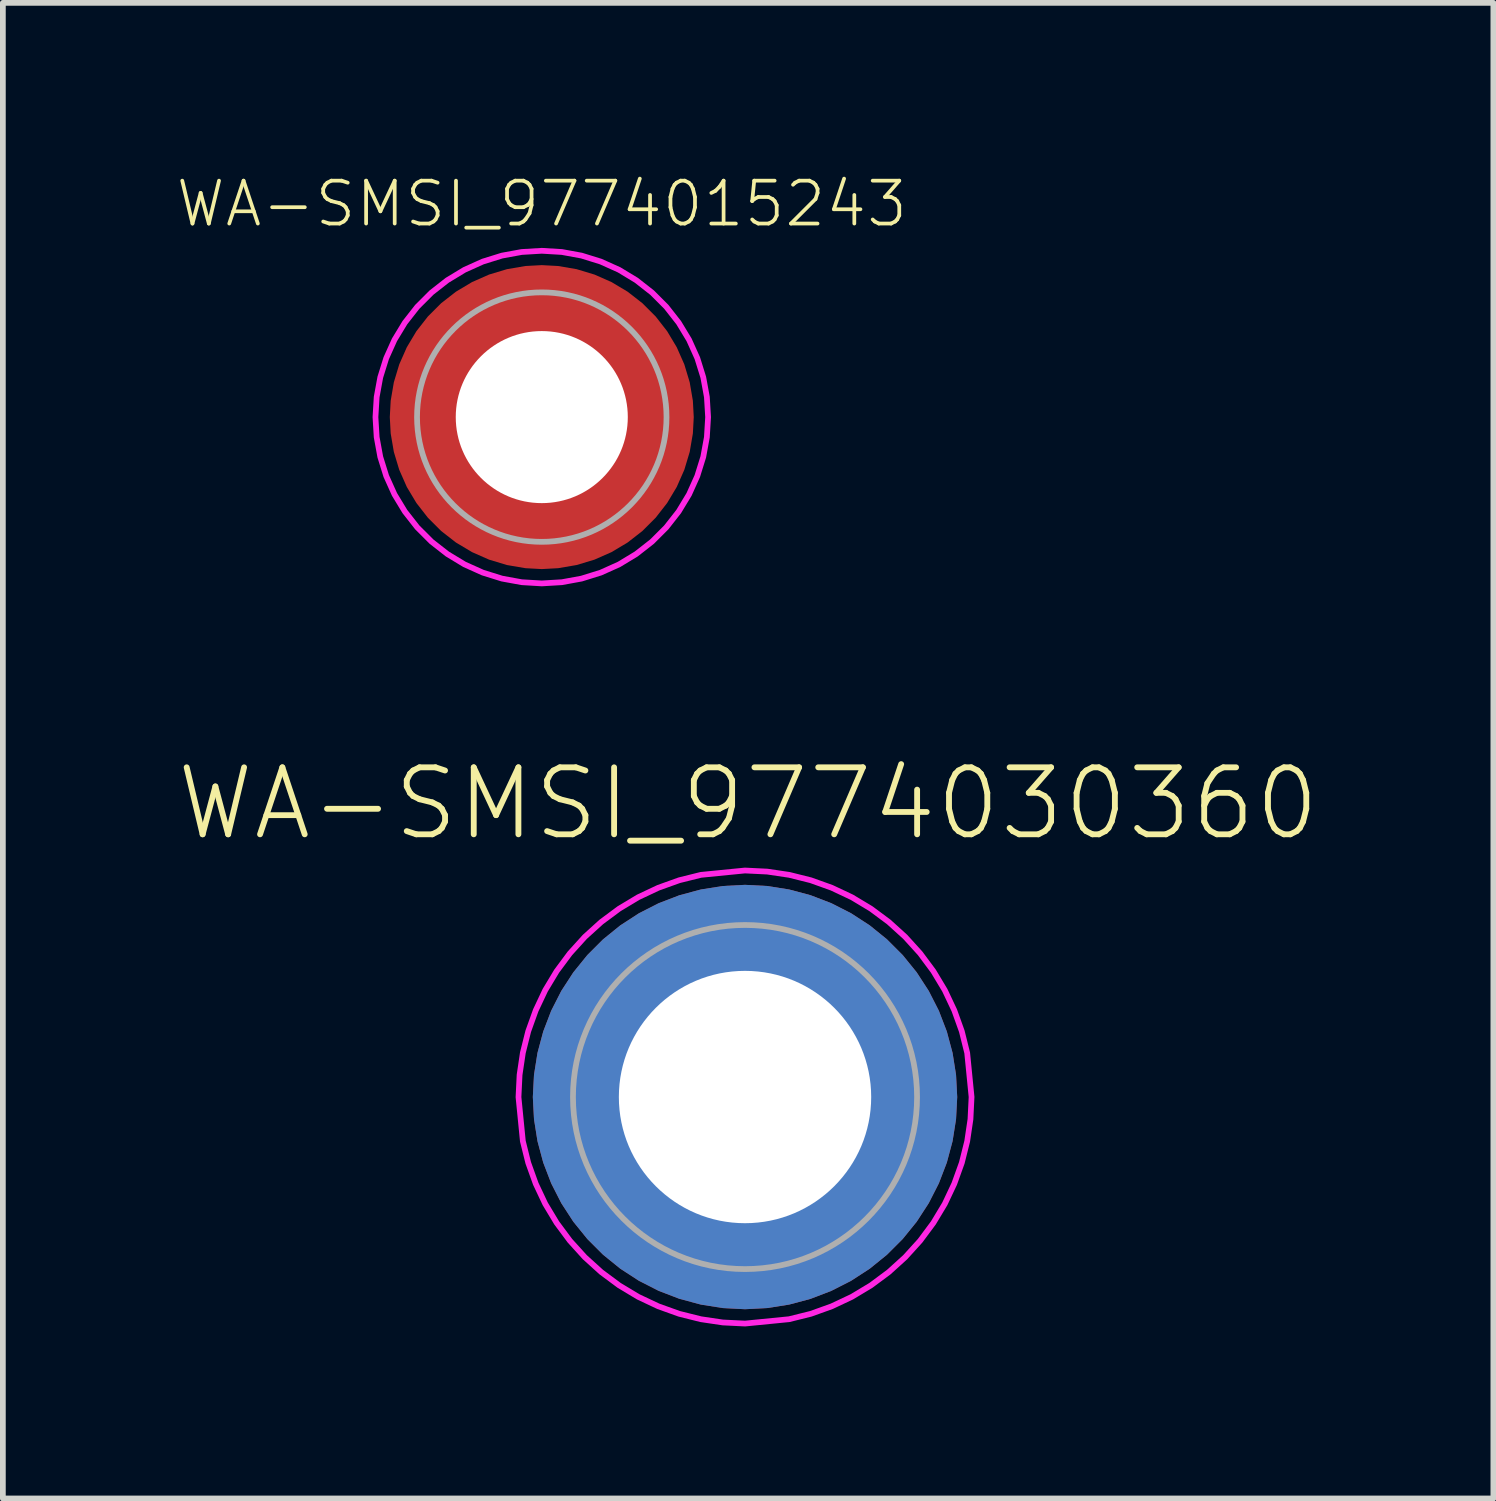
<source format=kicad_pcb>
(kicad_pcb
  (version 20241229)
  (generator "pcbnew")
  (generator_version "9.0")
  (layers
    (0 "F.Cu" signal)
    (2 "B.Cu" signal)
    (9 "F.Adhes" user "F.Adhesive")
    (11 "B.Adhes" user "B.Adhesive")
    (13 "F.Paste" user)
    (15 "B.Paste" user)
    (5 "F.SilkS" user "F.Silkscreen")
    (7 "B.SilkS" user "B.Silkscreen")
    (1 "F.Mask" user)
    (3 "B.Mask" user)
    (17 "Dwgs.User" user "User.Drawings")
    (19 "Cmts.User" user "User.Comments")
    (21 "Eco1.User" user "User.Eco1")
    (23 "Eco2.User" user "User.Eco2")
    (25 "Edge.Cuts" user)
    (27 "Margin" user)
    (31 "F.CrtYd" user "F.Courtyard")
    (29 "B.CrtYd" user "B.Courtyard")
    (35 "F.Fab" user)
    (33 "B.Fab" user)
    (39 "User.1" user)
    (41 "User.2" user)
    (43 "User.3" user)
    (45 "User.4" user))
  (footprint "WA-SMSI_9774030360"
    (layer "F.Cu")
    (at 9.941 16.079)
    (property "Reference" "WA-SMSI_9774030360" (at 0.053 -4.433 0) (layer "F.SilkS") (effects (font (size 1.168 1.168) (thickness 0.102)) (justify bottom)))
    (attr through_hole)
    (fp_poly (pts (xy -2.185 0.474) (xy -2.16 0.579) (xy -2.125 0.698) (xy -2.095 0.778) (xy -2.065 0.858) (xy -2.02 0.958) (xy -1.971 1.058) (xy -1.916 1.152) (xy -1.856 1.247) (xy -1.811 1.312) (xy -1.746 1.397) (xy -1.691 1.462) (xy -1.601 1.561) (xy -1.517 1.641) (xy -1.462 1.691) (xy -1.402 1.741) (xy -1.317 1.806) (xy -1.232 1.866) (xy -1.127 1.931) (xy -1.048 1.976) (xy -0.948 2.025) (xy -0.808 2.085) (xy -0.693 2.125) (xy -0.579 2.16) (xy -0.474 2.185) (xy -0.395 2.201) (xy -0.395 3.621) (xy -0.431 3.615) (xy -0.506 3.605) (xy -0.606 3.59) (xy -0.716 3.57) (xy -0.831 3.545) (xy -0.931 3.52) (xy -1.041 3.49) (xy -1.137 3.46) (xy -1.207 3.435) (xy -1.302 3.4) (xy -1.367 3.375) (xy -1.462 3.335) (xy -1.552 3.295) (xy -1.652 3.244) (xy -1.772 3.179) (xy -1.888 3.114) (xy -1.988 3.049) (xy -2.078 2.989) (xy -2.168 2.924) (xy -2.233 2.874) (xy -2.298 2.824) (xy -2.368 2.764) (xy -2.443 2.699) (xy -2.518 2.629) (xy -2.604 2.544) (xy -2.649 2.498) (xy -2.694 2.448) (xy -2.764 2.368) (xy -2.824 2.298) (xy -2.879 2.228) (xy -2.939 2.148) (xy -2.999 2.063) (xy -3.089 1.928) (xy -3.184 1.767) (xy -3.274 1.592) (xy -3.345 1.442) (xy -3.405 1.292) (xy -3.46 1.137) (xy -3.51 0.971) (xy -3.555 0.796) (xy -3.58 0.666) (xy -3.605 0.521) (xy -3.621 0.395) (xy -2.201 0.395)) (stroke (width 0) (type default)) (fill yes) (layer "F.Paste"))
    (fp_poly (pts (xy -0.395 -2.201) (xy -0.474 -2.185) (xy -0.579 -2.16) (xy -0.698 -2.125) (xy -0.778 -2.095) (xy -0.858 -2.065) (xy -0.958 -2.02) (xy -1.058 -1.971) (xy -1.152 -1.916) (xy -1.247 -1.856) (xy -1.312 -1.811) (xy -1.397 -1.746) (xy -1.462 -1.691) (xy -1.561 -1.601) (xy -1.641 -1.517) (xy -1.691 -1.462) (xy -1.741 -1.402) (xy -1.806 -1.317) (xy -1.866 -1.232) (xy -1.931 -1.127) (xy -1.976 -1.048) (xy -2.025 -0.948) (xy -2.085 -0.808) (xy -2.125 -0.693) (xy -2.16 -0.579) (xy -2.185 -0.474) (xy -2.201 -0.395) (xy -3.621 -0.395) (xy -3.615 -0.431) (xy -3.605 -0.506) (xy -3.59 -0.606) (xy -3.57 -0.716) (xy -3.545 -0.831) (xy -3.52 -0.931) (xy -3.49 -1.041) (xy -3.46 -1.137) (xy -3.435 -1.207) (xy -3.4 -1.302) (xy -3.375 -1.367) (xy -3.335 -1.462) (xy -3.295 -1.552) (xy -3.244 -1.652) (xy -3.179 -1.772) (xy -3.114 -1.888) (xy -3.049 -1.988) (xy -2.989 -2.078) (xy -2.924 -2.168) (xy -2.874 -2.233) (xy -2.824 -2.298) (xy -2.764 -2.368) (xy -2.699 -2.443) (xy -2.629 -2.518) (xy -2.544 -2.604) (xy -2.498 -2.649) (xy -2.448 -2.694) (xy -2.368 -2.764) (xy -2.298 -2.824) (xy -2.228 -2.879) (xy -2.148 -2.939) (xy -2.063 -2.999) (xy -1.928 -3.089) (xy -1.767 -3.184) (xy -1.592 -3.274) (xy -1.442 -3.345) (xy -1.292 -3.405) (xy -1.137 -3.46) (xy -0.971 -3.51) (xy -0.796 -3.555) (xy -0.666 -3.58) (xy -0.521 -3.605) (xy -0.395 -3.621)) (stroke (width 0) (type default)) (fill yes) (layer "F.Paste"))
    (fp_poly (pts (xy 0.431 -3.615) (xy 0.506 -3.605) (xy 0.606 -3.59) (xy 0.716 -3.57) (xy 0.831 -3.545) (xy 0.931 -3.52) (xy 1.041 -3.49) (xy 1.137 -3.46) (xy 1.207 -3.435) (xy 1.302 -3.4) (xy 1.367 -3.375) (xy 1.462 -3.335) (xy 1.552 -3.295) (xy 1.652 -3.244) (xy 1.772 -3.179) (xy 1.888 -3.114) (xy 1.988 -3.049) (xy 2.078 -2.989) (xy 2.168 -2.924) (xy 2.233 -2.874) (xy 2.298 -2.824) (xy 2.368 -2.764) (xy 2.443 -2.699) (xy 2.518 -2.629) (xy 2.604 -2.544) (xy 2.649 -2.498) (xy 2.694 -2.448) (xy 2.764 -2.368) (xy 2.824 -2.298) (xy 2.879 -2.228) (xy 2.939 -2.148) (xy 2.999 -2.063) (xy 3.089 -1.928) (xy 3.184 -1.767) (xy 3.274 -1.592) (xy 3.345 -1.442) (xy 3.405 -1.292) (xy 3.46 -1.137) (xy 3.51 -0.971) (xy 3.555 -0.796) (xy 3.58 -0.666) (xy 3.605 -0.521) (xy 3.621 -0.395) (xy 2.201 -0.395) (xy 2.185 -0.474) (xy 2.16 -0.579) (xy 2.125 -0.698) (xy 2.095 -0.778) (xy 2.065 -0.858) (xy 2.02 -0.958) (xy 1.971 -1.058) (xy 1.916 -1.152) (xy 1.856 -1.247) (xy 1.811 -1.312) (xy 1.746 -1.397) (xy 1.691 -1.462) (xy 1.601 -1.561) (xy 1.517 -1.641) (xy 1.462 -1.691) (xy 1.402 -1.741) (xy 1.317 -1.806) (xy 1.232 -1.866) (xy 1.127 -1.931) (xy 1.048 -1.976) (xy 0.948 -2.025) (xy 0.808 -2.085) (xy 0.693 -2.125) (xy 0.579 -2.16) (xy 0.474 -2.185) (xy 0.395 -2.201) (xy 0.395 -3.621)) (stroke (width 0) (type default)) (fill yes) (layer "F.Paste"))
    (fp_poly (pts (xy 3.615 0.431) (xy 3.605 0.506) (xy 3.59 0.606) (xy 3.57 0.716) (xy 3.545 0.831) (xy 3.52 0.931) (xy 3.49 1.041) (xy 3.46 1.137) (xy 3.435 1.207) (xy 3.4 1.302) (xy 3.375 1.367) (xy 3.335 1.462) (xy 3.295 1.552) (xy 3.244 1.652) (xy 3.179 1.772) (xy 3.114 1.888) (xy 3.049 1.988) (xy 2.989 2.078) (xy 2.924 2.168) (xy 2.874 2.233) (xy 2.824 2.298) (xy 2.764 2.368) (xy 2.699 2.443) (xy 2.629 2.518) (xy 2.544 2.604) (xy 2.498 2.649) (xy 2.448 2.694) (xy 2.368 2.764) (xy 2.298 2.824) (xy 2.228 2.879) (xy 2.148 2.939) (xy 2.063 2.999) (xy 1.928 3.089) (xy 1.767 3.184) (xy 1.592 3.274) (xy 1.442 3.345) (xy 1.292 3.405) (xy 1.137 3.46) (xy 0.971 3.51) (xy 0.796 3.555) (xy 0.666 3.58) (xy 0.521 3.605) (xy 0.395 3.621) (xy 0.395 2.201) (xy 0.474 2.185) (xy 0.579 2.16) (xy 0.698 2.125) (xy 0.778 2.095) (xy 0.858 2.065) (xy 0.958 2.02) (xy 1.058 1.971) (xy 1.152 1.916) (xy 1.247 1.856) (xy 1.312 1.811) (xy 1.397 1.746) (xy 1.462 1.691) (xy 1.561 1.601) (xy 1.641 1.517) (xy 1.691 1.462) (xy 1.741 1.402) (xy 1.806 1.317) (xy 1.866 1.232) (xy 1.931 1.127) (xy 1.976 1.048) (xy 2.025 0.948) (xy 2.085 0.808) (xy 2.125 0.693) (xy 2.16 0.579) (xy 2.185 0.474) (xy 2.201 0.395) (xy 3.621 0.395)) (stroke (width 0) (type default)) (fill yes) (layer "F.Paste"))
    (fp_poly (pts (xy 0.387 -3.931) (xy 0.771 -3.874) (xy 1.147 -3.78) (xy 1.512 -3.649) (xy 1.862 -3.484) (xy 2.195 -3.284) (xy 2.506 -3.053) (xy 2.793 -2.793) (xy 3.053 -2.506) (xy 3.284 -2.195) (xy 3.484 -1.862) (xy 3.649 -1.512) (xy 3.78 -1.147) (xy 3.874 -0.769) (xy 3.95 -0.001) (xy 3.931 0.387) (xy 3.874 0.771) (xy 3.78 1.147) (xy 3.649 1.512) (xy 3.484 1.862) (xy 3.284 2.195) (xy 3.053 2.506) (xy 2.793 2.793) (xy 2.506 3.053) (xy 2.195 3.284) (xy 1.862 3.484) (xy 1.512 3.649) (xy 1.147 3.78) (xy 0.769 3.874) (xy 0.001 3.95) (xy -0.387 3.931) (xy -0.771 3.874) (xy -1.147 3.78) (xy -1.512 3.649) (xy -1.862 3.484) (xy -2.195 3.284) (xy -2.506 3.053) (xy -2.793 2.793) (xy -3.053 2.506) (xy -3.284 2.195) (xy -3.484 1.862) (xy -3.649 1.512) (xy -3.78 1.147) (xy -3.874 0.769) (xy -3.95 0.001) (xy -3.931 -0.387) (xy -3.874 -0.771) (xy -3.78 -1.147) (xy -3.649 -1.512) (xy -3.484 -1.862) (xy -3.284 -2.195) (xy -3.053 -2.506) (xy -2.793 -2.793) (xy -2.506 -3.053) (xy -2.195 -3.284) (xy -1.862 -3.484) (xy -1.512 -3.649) (xy -1.147 -3.78) (xy -0.769 -3.874) (xy -0.001 -3.95)) (stroke (width 0.1) (type default)) (fill no) (layer "F.CrtYd"))
    (fp_circle (center 0 0) (end 3 0) (stroke (width 0.1) (type solid)) (fill no) (layer "F.Fab"))
    (pad "1" thru_hole roundrect (at 0 0) (size 7.4 7.4) (drill 4.4) (layers "*.Cu" "*.Mask") (roundrect_rratio 0.5)))
  (footprint "WA-SMSI_9774015243"
    (layer "F.Cu")
    (at 6.397 4.223)
    (property "Reference" "WA-SMSI_9774015243" (at 0 -3.28 0) (layer "F.SilkS") (effects (font (size 0.748 0.748) (thickness 0.065)) (justify bottom)))
    (fp_poly (pts (xy -1.505 0.354) (xy -1.485 0.429) (xy -1.455 0.523) (xy -1.415 0.623) (xy -1.351 0.753) (xy -1.306 0.827) (xy -1.251 0.907) (xy -1.201 0.972) (xy -1.141 1.042) (xy -1.066 1.116) (xy -1.022 1.161) (xy -0.967 1.206) (xy -0.887 1.266) (xy -0.812 1.316) (xy -0.743 1.356) (xy -0.643 1.405) (xy -0.573 1.435) (xy -0.508 1.46) (xy -0.429 1.485) (xy -0.354 1.505) (xy -0.295 1.516) (xy -0.295 2.545) (xy -0.361 2.54) (xy -0.426 2.53) (xy -0.511 2.515) (xy -0.601 2.495) (xy -0.676 2.475) (xy -0.751 2.455) (xy -0.827 2.43) (xy -0.897 2.405) (xy -0.972 2.375) (xy -1.042 2.345) (xy -1.117 2.31) (xy -1.167 2.284) (xy -1.252 2.239) (xy -1.323 2.199) (xy -1.393 2.154) (xy -1.468 2.104) (xy -1.563 2.034) (xy -1.658 1.959) (xy -1.718 1.904) (xy -1.788 1.839) (xy -1.849 1.778) (xy -1.909 1.713) (xy -1.959 1.658) (xy -2.014 1.588) (xy -2.064 1.523) (xy -2.114 1.453) (xy -2.164 1.378) (xy -2.204 1.313) (xy -2.249 1.232) (xy -2.289 1.157) (xy -2.33 1.077) (xy -2.365 0.997) (xy -2.395 0.922) (xy -2.42 0.857) (xy -2.45 0.761) (xy -2.48 0.661) (xy -2.505 0.561) (xy -2.52 0.486) (xy -2.53 0.426) (xy -2.54 0.361) (xy -2.545 0.295) (xy -1.516 0.295)) (stroke (width 0) (type default)) (fill yes) (layer "F.Paste"))
    (fp_poly (pts (xy -0.295 -1.516) (xy -0.354 -1.505) (xy -0.429 -1.485) (xy -0.523 -1.455) (xy -0.623 -1.415) (xy -0.753 -1.351) (xy -0.827 -1.306) (xy -0.907 -1.251) (xy -0.972 -1.201) (xy -1.042 -1.141) (xy -1.116 -1.066) (xy -1.161 -1.022) (xy -1.206 -0.967) (xy -1.266 -0.887) (xy -1.316 -0.812) (xy -1.356 -0.743) (xy -1.405 -0.643) (xy -1.435 -0.573) (xy -1.46 -0.508) (xy -1.485 -0.429) (xy -1.505 -0.354) (xy -1.516 -0.295) (xy -2.545 -0.295) (xy -2.54 -0.361) (xy -2.53 -0.426) (xy -2.515 -0.511) (xy -2.495 -0.601) (xy -2.475 -0.676) (xy -2.455 -0.751) (xy -2.43 -0.827) (xy -2.405 -0.897) (xy -2.375 -0.972) (xy -2.345 -1.042) (xy -2.31 -1.117) (xy -2.284 -1.167) (xy -2.239 -1.252) (xy -2.199 -1.323) (xy -2.154 -1.393) (xy -2.104 -1.468) (xy -2.034 -1.563) (xy -1.959 -1.658) (xy -1.904 -1.718) (xy -1.839 -1.788) (xy -1.778 -1.849) (xy -1.713 -1.909) (xy -1.658 -1.959) (xy -1.588 -2.014) (xy -1.523 -2.064) (xy -1.453 -2.114) (xy -1.378 -2.164) (xy -1.313 -2.204) (xy -1.232 -2.249) (xy -1.157 -2.289) (xy -1.077 -2.33) (xy -0.997 -2.365) (xy -0.922 -2.395) (xy -0.857 -2.42) (xy -0.761 -2.45) (xy -0.661 -2.48) (xy -0.561 -2.505) (xy -0.486 -2.52) (xy -0.426 -2.53) (xy -0.361 -2.54) (xy -0.295 -2.545)) (stroke (width 0) (type default)) (fill yes) (layer "F.Paste"))
    (fp_poly (pts (xy 0.361 -2.54) (xy 0.426 -2.53) (xy 0.511 -2.515) (xy 0.601 -2.495) (xy 0.676 -2.475) (xy 0.751 -2.455) (xy 0.827 -2.43) (xy 0.897 -2.405) (xy 0.972 -2.375) (xy 1.042 -2.345) (xy 1.117 -2.31) (xy 1.167 -2.284) (xy 1.252 -2.239) (xy 1.323 -2.199) (xy 1.393 -2.154) (xy 1.468 -2.104) (xy 1.563 -2.034) (xy 1.658 -1.959) (xy 1.718 -1.904) (xy 1.788 -1.839) (xy 1.849 -1.778) (xy 1.909 -1.713) (xy 1.959 -1.658) (xy 2.014 -1.588) (xy 2.064 -1.523) (xy 2.114 -1.453) (xy 2.164 -1.378) (xy 2.204 -1.313) (xy 2.249 -1.232) (xy 2.289 -1.157) (xy 2.33 -1.077) (xy 2.365 -0.997) (xy 2.395 -0.922) (xy 2.42 -0.857) (xy 2.45 -0.761) (xy 2.48 -0.661) (xy 2.505 -0.561) (xy 2.52 -0.486) (xy 2.53 -0.426) (xy 2.54 -0.361) (xy 2.545 -0.295) (xy 1.516 -0.295) (xy 1.505 -0.354) (xy 1.485 -0.429) (xy 1.455 -0.523) (xy 1.415 -0.623) (xy 1.351 -0.753) (xy 1.306 -0.827) (xy 1.251 -0.907) (xy 1.201 -0.972) (xy 1.141 -1.042) (xy 1.066 -1.116) (xy 1.022 -1.161) (xy 0.967 -1.206) (xy 0.887 -1.266) (xy 0.812 -1.316) (xy 0.743 -1.356) (xy 0.643 -1.405) (xy 0.573 -1.435) (xy 0.508 -1.46) (xy 0.429 -1.485) (xy 0.354 -1.505) (xy 0.295 -1.516) (xy 0.295 -2.545)) (stroke (width 0) (type default)) (fill yes) (layer "F.Paste"))
    (fp_poly (pts (xy 2.54 0.361) (xy 2.53 0.426) (xy 2.515 0.511) (xy 2.495 0.601) (xy 2.475 0.676) (xy 2.455 0.751) (xy 2.43 0.827) (xy 2.405 0.897) (xy 2.375 0.972) (xy 2.345 1.042) (xy 2.31 1.117) (xy 2.284 1.167) (xy 2.239 1.252) (xy 2.199 1.323) (xy 2.154 1.393) (xy 2.104 1.468) (xy 2.034 1.563) (xy 1.959 1.658) (xy 1.904 1.718) (xy 1.839 1.788) (xy 1.778 1.849) (xy 1.713 1.909) (xy 1.658 1.959) (xy 1.588 2.014) (xy 1.523 2.064) (xy 1.453 2.114) (xy 1.378 2.164) (xy 1.313 2.204) (xy 1.232 2.249) (xy 1.157 2.289) (xy 1.077 2.33) (xy 0.997 2.365) (xy 0.922 2.395) (xy 0.857 2.42) (xy 0.761 2.45) (xy 0.661 2.48) (xy 0.561 2.505) (xy 0.486 2.52) (xy 0.426 2.53) (xy 0.361 2.54) (xy 0.295 2.545) (xy 0.295 1.516) (xy 0.354 1.505) (xy 0.429 1.485) (xy 0.523 1.455) (xy 0.623 1.415) (xy 0.753 1.351) (xy 0.827 1.306) (xy 0.907 1.251) (xy 0.972 1.201) (xy 1.042 1.141) (xy 1.116 1.066) (xy 1.161 1.022) (xy 1.206 0.967) (xy 1.266 0.887) (xy 1.316 0.812) (xy 1.356 0.743) (xy 1.405 0.643) (xy 1.435 0.573) (xy 1.46 0.508) (xy 1.485 0.429) (xy 1.505 0.354) (xy 1.516 0.295) (xy 2.545 0.295)) (stroke (width 0) (type default)) (fill yes) (layer "F.Paste"))
    (fp_poly (pts (xy 0.35 -2.879) (xy 0.694 -2.816) (xy 1.028 -2.712) (xy 1.348 -2.568) (xy 1.647 -2.387) (xy 1.923 -2.171) (xy 2.171 -1.923) (xy 2.387 -1.647) (xy 2.568 -1.348) (xy 2.712 -1.028) (xy 2.816 -0.694) (xy 2.879 -0.35) (xy 2.9 0) (xy 2.879 0.35) (xy 2.816 0.694) (xy 2.712 1.028) (xy 2.568 1.348) (xy 2.387 1.647) (xy 2.171 1.923) (xy 1.923 2.171) (xy 1.647 2.387) (xy 1.348 2.568) (xy 1.028 2.712) (xy 0.694 2.816) (xy 0.35 2.879) (xy 0 2.9) (xy -0.35 2.879) (xy -0.694 2.816) (xy -1.028 2.712) (xy -1.348 2.568) (xy -1.647 2.387) (xy -1.923 2.171) (xy -2.171 1.923) (xy -2.387 1.647) (xy -2.568 1.348) (xy -2.712 1.028) (xy -2.816 0.694) (xy -2.879 0.35) (xy -2.9 0) (xy -2.879 -0.35) (xy -2.816 -0.694) (xy -2.712 -1.028) (xy -2.568 -1.348) (xy -2.387 -1.647) (xy -2.171 -1.923) (xy -1.923 -2.171) (xy -1.647 -2.387) (xy -1.348 -2.568) (xy -1.028 -2.712) (xy -0.694 -2.816) (xy -0.35 -2.879) (xy 0 -2.9)) (stroke (width 0.1) (type default)) (fill no) (layer "F.CrtYd"))
    (fp_circle (center 0 0) (end 2.175 0) (stroke (width 0.1) (type solid)) (fill no) (layer "F.Fab"))
    (pad "" np_thru_hole circle (at 0 0) (size 3 3) (drill 3) (layers "*.Cu" "*.Mask"))
    (pad "1" smd roundrect (at 0 0) (size 5.3 5.3) (layers "F.Cu" "F.Mask") (roundrect_rratio 0.5)))
  (gr_rect
    (start -3 -3)
    (end 22.99 23.079)
    (stroke (width 0.1) (type default))
    (fill no)
    (layer "Edge.Cuts")))
</source>
